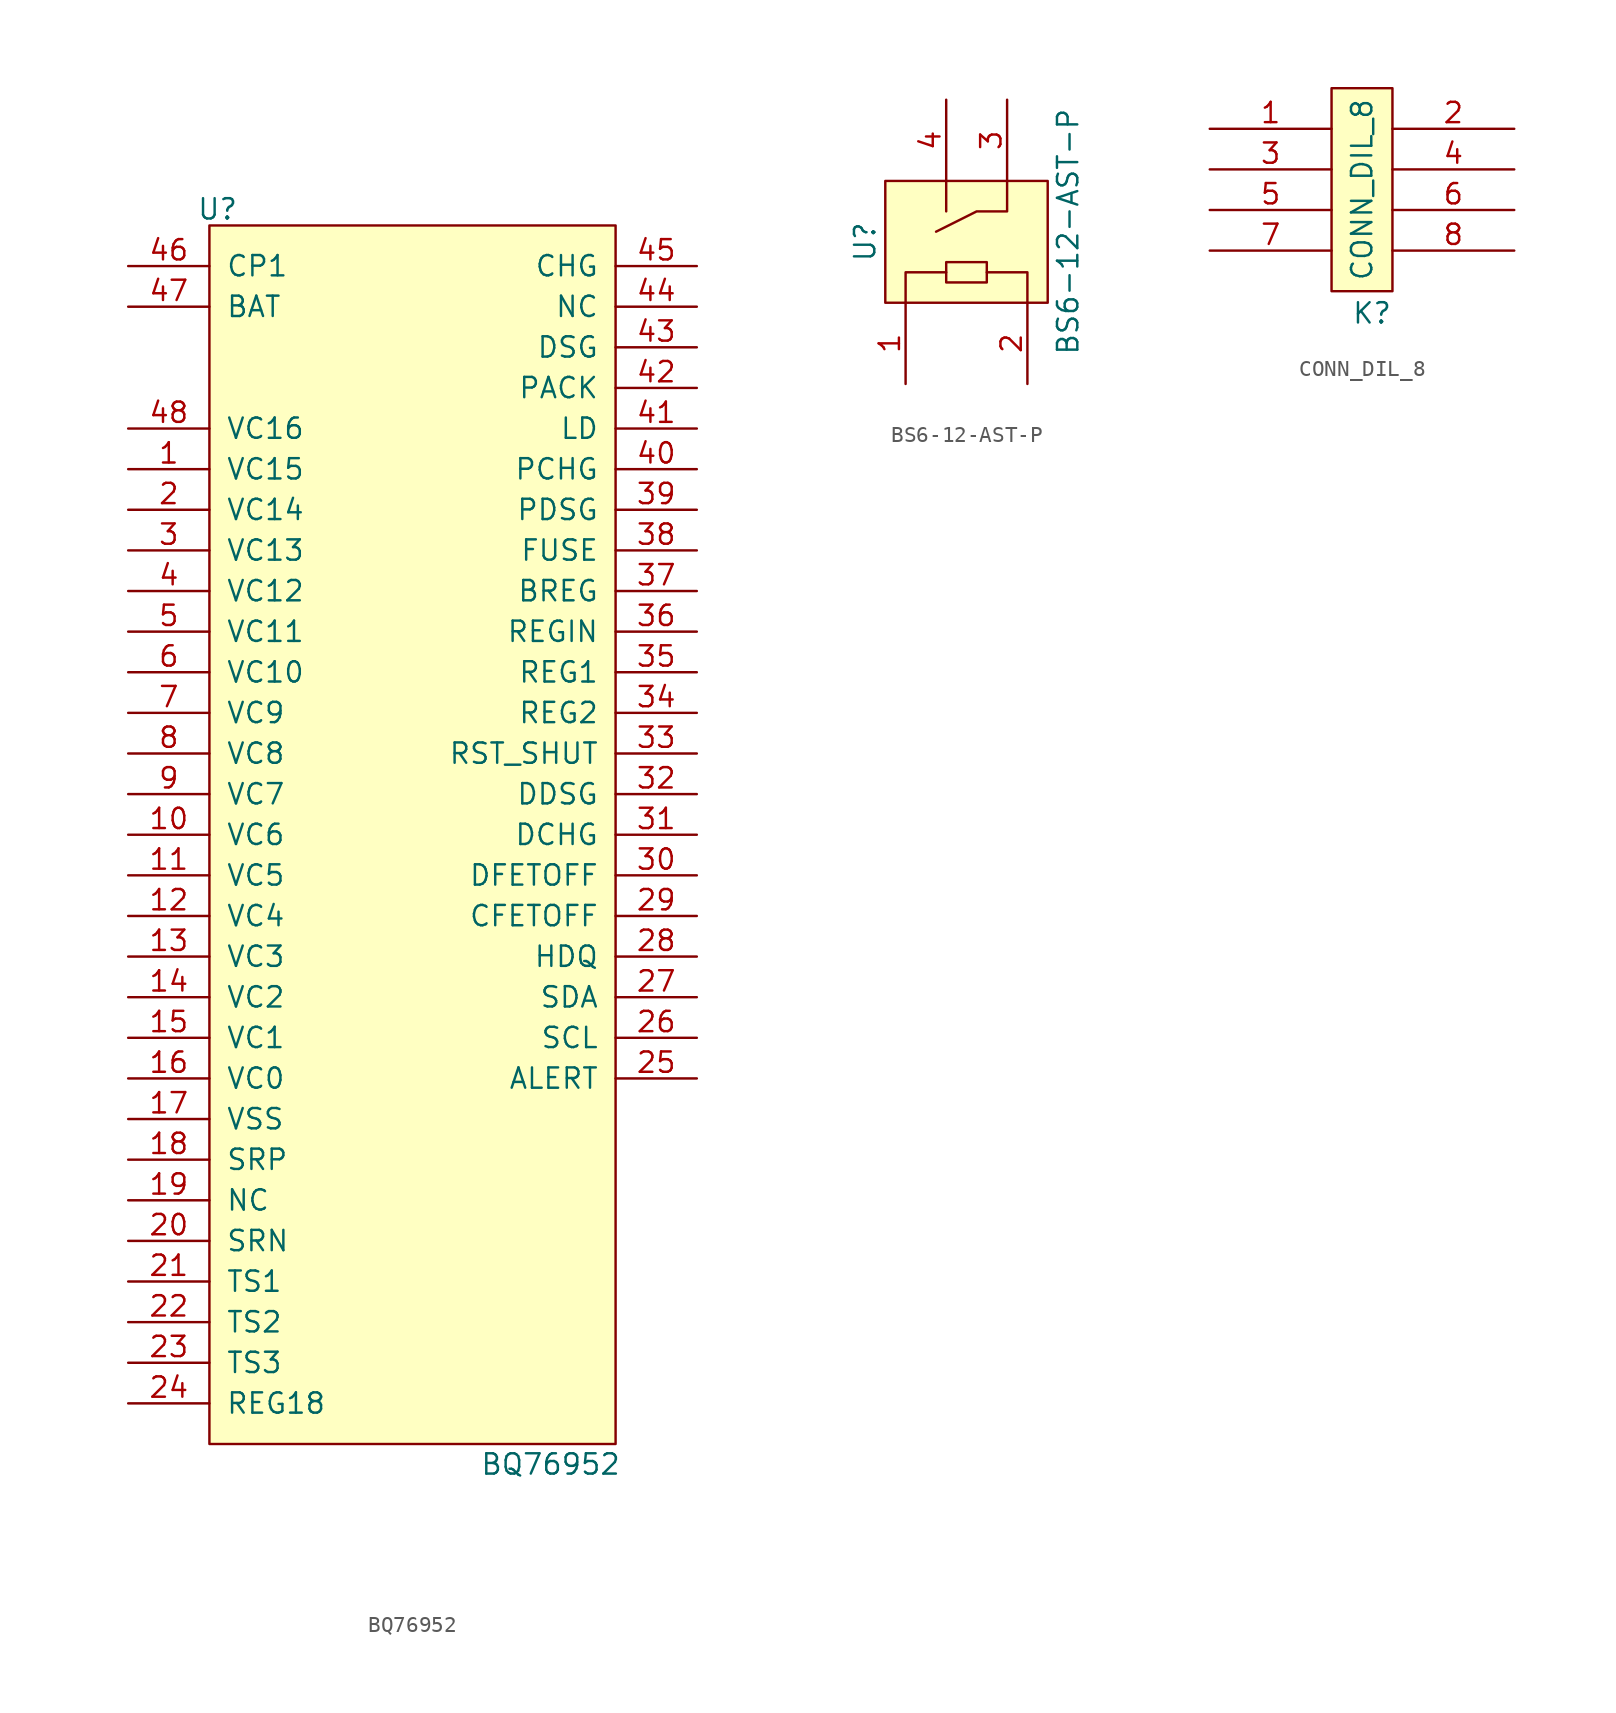
<source format=kicad_sym>
(kicad_symbol_lib
  (version 20211014)
  (generator kicad_symbol_editor)
  (symbol "BQ76952"
    (pin_names
      (offset 1.016))
    (property "Reference" "U"
      (at 0.508 1.016 0)
      (effects (font (size 1.27 1.27))))
    (property "Value" "BQ76952"
      (at 21.336 -77.47 0)
      (effects (font (size 1.27 1.27))))
    (symbol "BQ76952_0_1"
      (rectangle (start 25.4 0) (end 0 -76.2) (stroke (width 0) (type default) (color 0 0 0 0)) (fill (type background))))
    (symbol "BQ76952_1_1"
      (pin input line (at -5.08 -15.24 0) (length 5.08) (name "VC15" (effects (font (size 1.27 1.27)))) (number "1" (effects (font (size 1.27 1.27)))))
      (pin input line (at -5.08 -38.1 0) (length 5.08) (name "VC6" (effects (font (size 1.27 1.27)))) (number "10" (effects (font (size 1.27 1.27)))))
      (pin input line (at -5.08 -40.64 0) (length 5.08) (name "VC5" (effects (font (size 1.27 1.27)))) (number "11" (effects (font (size 1.27 1.27)))))
      (pin input line (at -5.08 -43.18 0) (length 5.08) (name "VC4" (effects (font (size 1.27 1.27)))) (number "12" (effects (font (size 1.27 1.27)))))
      (pin input line (at -5.08 -45.72 0) (length 5.08) (name "VC3" (effects (font (size 1.27 1.27)))) (number "13" (effects (font (size 1.27 1.27)))))
      (pin input line (at -5.08 -48.26 0) (length 5.08) (name "VC2" (effects (font (size 1.27 1.27)))) (number "14" (effects (font (size 1.27 1.27)))))
      (pin input line (at -5.08 -50.8 0) (length 5.08) (name "VC1" (effects (font (size 1.27 1.27)))) (number "15" (effects (font (size 1.27 1.27)))))
      (pin input line (at -5.08 -53.34 0) (length 5.08) (name "VC0" (effects (font (size 1.27 1.27)))) (number "16" (effects (font (size 1.27 1.27)))))
      (pin input line (at -5.08 -55.88 0) (length 5.08) (name "VSS" (effects (font (size 1.27 1.27)))) (number "17" (effects (font (size 1.27 1.27)))))
      (pin input line (at -5.08 -58.42 0) (length 5.08) (name "SRP" (effects (font (size 1.27 1.27)))) (number "18" (effects (font (size 1.27 1.27)))))
      (pin input line (at -5.08 -60.96 0) (length 5.08) (name "NC" (effects (font (size 1.27 1.27)))) (number "19" (effects (font (size 1.27 1.27)))))
      (pin input line (at -5.08 -17.78 0) (length 5.08) (name "VC14" (effects (font (size 1.27 1.27)))) (number "2" (effects (font (size 1.27 1.27)))))
      (pin input line (at -5.08 -63.5 0) (length 5.08) (name "SRN" (effects (font (size 1.27 1.27)))) (number "20" (effects (font (size 1.27 1.27)))))
      (pin input line (at -5.08 -66.04 0) (length 5.08) (name "TS1" (effects (font (size 1.27 1.27)))) (number "21" (effects (font (size 1.27 1.27)))))
      (pin input line (at -5.08 -68.58 0) (length 5.08) (name "TS2" (effects (font (size 1.27 1.27)))) (number "22" (effects (font (size 1.27 1.27)))))
      (pin input line (at -5.08 -71.12 0) (length 5.08) (name "TS3" (effects (font (size 1.27 1.27)))) (number "23" (effects (font (size 1.27 1.27)))))
      (pin input line (at -5.08 -73.66 0) (length 5.08) (name "REG18" (effects (font (size 1.27 1.27)))) (number "24" (effects (font (size 1.27 1.27)))))
      (pin input line (at 30.48 -53.34 180) (length 5.08) (name "ALERT" (effects (font (size 1.27 1.27)))) (number "25" (effects (font (size 1.27 1.27)))))
      (pin input line (at 30.48 -50.8 180) (length 5.08) (name "SCL" (effects (font (size 1.27 1.27)))) (number "26" (effects (font (size 1.27 1.27)))))
      (pin input line (at 30.48 -48.26 180) (length 5.08) (name "SDA" (effects (font (size 1.27 1.27)))) (number "27" (effects (font (size 1.27 1.27)))))
      (pin input line (at 30.48 -45.72 180) (length 5.08) (name "HDQ" (effects (font (size 1.27 1.27)))) (number "28" (effects (font (size 1.27 1.27)))))
      (pin input line (at 30.48 -43.18 180) (length 5.08) (name "CFETOFF" (effects (font (size 1.27 1.27)))) (number "29" (effects (font (size 1.27 1.27)))))
      (pin input line (at -5.08 -20.32 0) (length 5.08) (name "VC13" (effects (font (size 1.27 1.27)))) (number "3" (effects (font (size 1.27 1.27)))))
      (pin input line (at 30.48 -40.64 180) (length 5.08) (name "DFETOFF" (effects (font (size 1.27 1.27)))) (number "30" (effects (font (size 1.27 1.27)))))
      (pin input line (at 30.48 -38.1 180) (length 5.08) (name "DCHG" (effects (font (size 1.27 1.27)))) (number "31" (effects (font (size 1.27 1.27)))))
      (pin input line (at 30.48 -35.56 180) (length 5.08) (name "DDSG" (effects (font (size 1.27 1.27)))) (number "32" (effects (font (size 1.27 1.27)))))
      (pin input line (at 30.48 -33.02 180) (length 5.08) (name "RST_SHUT" (effects (font (size 1.27 1.27)))) (number "33" (effects (font (size 1.27 1.27)))))
      (pin input line (at 30.48 -30.48 180) (length 5.08) (name "REG2" (effects (font (size 1.27 1.27)))) (number "34" (effects (font (size 1.27 1.27)))))
      (pin input line (at 30.48 -27.94 180) (length 5.08) (name "REG1" (effects (font (size 1.27 1.27)))) (number "35" (effects (font (size 1.27 1.27)))))
      (pin input line (at 30.48 -25.4 180) (length 5.08) (name "REGIN" (effects (font (size 1.27 1.27)))) (number "36" (effects (font (size 1.27 1.27)))))
      (pin input line (at 30.48 -22.86 180) (length 5.08) (name "BREG" (effects (font (size 1.27 1.27)))) (number "37" (effects (font (size 1.27 1.27)))))
      (pin input line (at 30.48 -20.32 180) (length 5.08) (name "FUSE" (effects (font (size 1.27 1.27)))) (number "38" (effects (font (size 1.27 1.27)))))
      (pin input line (at 30.48 -17.78 180) (length 5.08) (name "PDSG" (effects (font (size 1.27 1.27)))) (number "39" (effects (font (size 1.27 1.27)))))
      (pin input line (at -5.08 -22.86 0) (length 5.08) (name "VC12" (effects (font (size 1.27 1.27)))) (number "4" (effects (font (size 1.27 1.27)))))
      (pin input line (at 30.48 -15.24 180) (length 5.08) (name "PCHG" (effects (font (size 1.27 1.27)))) (number "40" (effects (font (size 1.27 1.27)))))
      (pin input line (at 30.48 -12.7 180) (length 5.08) (name "LD" (effects (font (size 1.27 1.27)))) (number "41" (effects (font (size 1.27 1.27)))))
      (pin input line (at 30.48 -10.16 180) (length 5.08) (name "PACK" (effects (font (size 1.27 1.27)))) (number "42" (effects (font (size 1.27 1.27)))))
      (pin input line (at 30.48 -7.62 180) (length 5.08) (name "DSG" (effects (font (size 1.27 1.27)))) (number "43" (effects (font (size 1.27 1.27)))))
      (pin input line (at 30.48 -5.08 180) (length 5.08) (name "NC" (effects (font (size 1.27 1.27)))) (number "44" (effects (font (size 1.27 1.27)))))
      (pin input line (at 30.48 -2.54 180) (length 5.08) (name "CHG" (effects (font (size 1.27 1.27)))) (number "45" (effects (font (size 1.27 1.27)))))
      (pin input line (at -5.08 -2.54 0) (length 5.08) (name "CP1" (effects (font (size 1.27 1.27)))) (number "46" (effects (font (size 1.27 1.27)))))
      (pin input line (at -5.08 -5.08 0) (length 5.08) (name "BAT" (effects (font (size 1.27 1.27)))) (number "47" (effects (font (size 1.27 1.27)))))
      (pin input line (at -5.08 -12.7 0) (length 5.08) (name "VC16" (effects (font (size 1.27 1.27)))) (number "48" (effects (font (size 1.27 1.27)))))
      (pin input line (at -5.08 -25.4 0) (length 5.08) (name "VC11" (effects (font (size 1.27 1.27)))) (number "5" (effects (font (size 1.27 1.27)))))
      (pin input line (at -5.08 -27.94 0) (length 5.08) (name "VC10" (effects (font (size 1.27 1.27)))) (number "6" (effects (font (size 1.27 1.27)))))
      (pin input line (at -5.08 -30.48 0) (length 5.08) (name "VC9" (effects (font (size 1.27 1.27)))) (number "7" (effects (font (size 1.27 1.27)))))
      (pin input line (at -5.08 -33.02 0) (length 5.08) (name "VC8" (effects (font (size 1.27 1.27)))) (number "8" (effects (font (size 1.27 1.27)))))
      (pin input line (at -5.08 -35.56 0) (length 5.08) (name "VC7" (effects (font (size 1.27 1.27)))) (number "9" (effects (font (size 1.27 1.27)))))))
  (symbol "BS6-12-AST-P"
    (pin_names
      (offset 1.016))
    (property "Reference" "U"
      (at -6.35 -8.89 90)
      (effects (font (size 1.27 1.27))))
    (property "Value" "BS6-12-AST-P"
      (at 6.35 -8.255 90)
      (effects (font (size 1.27 1.27))))
    (symbol "BS6-12-AST-P_0_1"
      (rectangle (start -1.27 -10.16) (end 1.27 -11.43) (stroke (width 0) (type default) (color 0 0 0 0)) (fill (type none)))
      (polyline (pts (xy -1.27 -5.08) (xy -1.27 -6.985)) (stroke (width 0) (type default) (color 0 0 0 0)) (fill (type none)))
      (polyline (pts (xy -1.27 -10.795) (xy -3.81 -10.795) (xy -3.81 -12.7)) (stroke (width 0) (type default) (color 0 0 0 0)) (fill (type none)))
      (polyline (pts (xy 1.27 -10.795) (xy 3.81 -10.795) (xy 3.81 -12.7)) (stroke (width 0) (type default) (color 0 0 0 0)) (fill (type none)))
      (polyline (pts (xy -1.905 -8.255) (xy 0.635 -6.985) (xy 2.54 -6.985) (xy 2.54 -5.08)) (stroke (width 0) (type default) (color 0 0 0 0)) (fill (type none)))
      (rectangle (start 5.08 -12.7) (end -5.08 -5.08) (stroke (width 0) (type default) (color 0 0 0 0)) (fill (type background))))
    (symbol "BS6-12-AST-P_1_1"
      (pin input line (at -3.81 -17.78 90) (length 5.08) (name "~" (effects (font (size 1.27 1.27)))) (number "1" (effects (font (size 1.27 1.27)))))
      (pin input line (at 3.81 -17.78 90) (length 5.08) (name "~" (effects (font (size 1.27 1.27)))) (number "2" (effects (font (size 1.27 1.27)))))
      (pin input line (at 2.54 0 270) (length 5.08) (name "~" (effects (font (size 1.27 1.27)))) (number "3" (effects (font (size 1.27 1.27)))))
      (pin input line (at -1.27 0 270) (length 5.08) (name "~" (effects (font (size 1.27 1.27)))) (number "4" (effects (font (size 1.27 1.27)))))))
  (symbol "CONN_DIL_8"
    (pin_names
      (offset 1.016) hide)
    (property "Reference" "K"
      (at 3.81 -5.715 0)
      (effects (font (size 1.27 1.27)) (justify right top)))
    (property "Value" "CONN_DIL_8"
      (at 1.905 1.27 90)
      (effects (font (size 1.27 1.27))))
    (symbol "CONN_DIL_8_0_1"
      (rectangle (start 0 7.62) (end 3.81 -5.08) (stroke (width 0) (type default) (color 0 0 0 0)) (fill (type background))))
    (symbol "CONN_DIL_8_1_1"
      (pin passive line (at -7.62 5.08 0) (length 7.62) (name "~" (effects (font (size 1.27 1.27)))) (number "1" (effects (font (size 1.27 1.27)))))
      (pin passive line (at 11.43 5.08 180) (length 7.62) (name "~" (effects (font (size 1.27 1.27)))) (number "2" (effects (font (size 1.27 1.27)))))
      (pin passive line (at -7.62 2.54 0) (length 7.62) (name "~" (effects (font (size 1.27 1.27)))) (number "3" (effects (font (size 1.27 1.27)))))
      (pin passive line (at 11.43 2.54 180) (length 7.62) (name "~" (effects (font (size 1.27 1.27)))) (number "4" (effects (font (size 1.27 1.27)))))
      (pin passive line (at -7.62 0 0) (length 7.62) (name "~" (effects (font (size 1.27 1.27)))) (number "5" (effects (font (size 1.27 1.27)))))
      (pin passive line (at 11.43 0 180) (length 7.62) (name "~" (effects (font (size 1.27 1.27)))) (number "6" (effects (font (size 1.27 1.27)))))
      (pin passive line (at -7.62 -2.54 0) (length 7.62) (name "~" (effects (font (size 1.27 1.27)))) (number "7" (effects (font (size 1.27 1.27)))))
      (pin passive line (at 11.43 -2.54 180) (length 7.62) (name "~" (effects (font (size 1.27 1.27)))) (number "8" (effects (font (size 1.27 1.27))))))))
</source>
